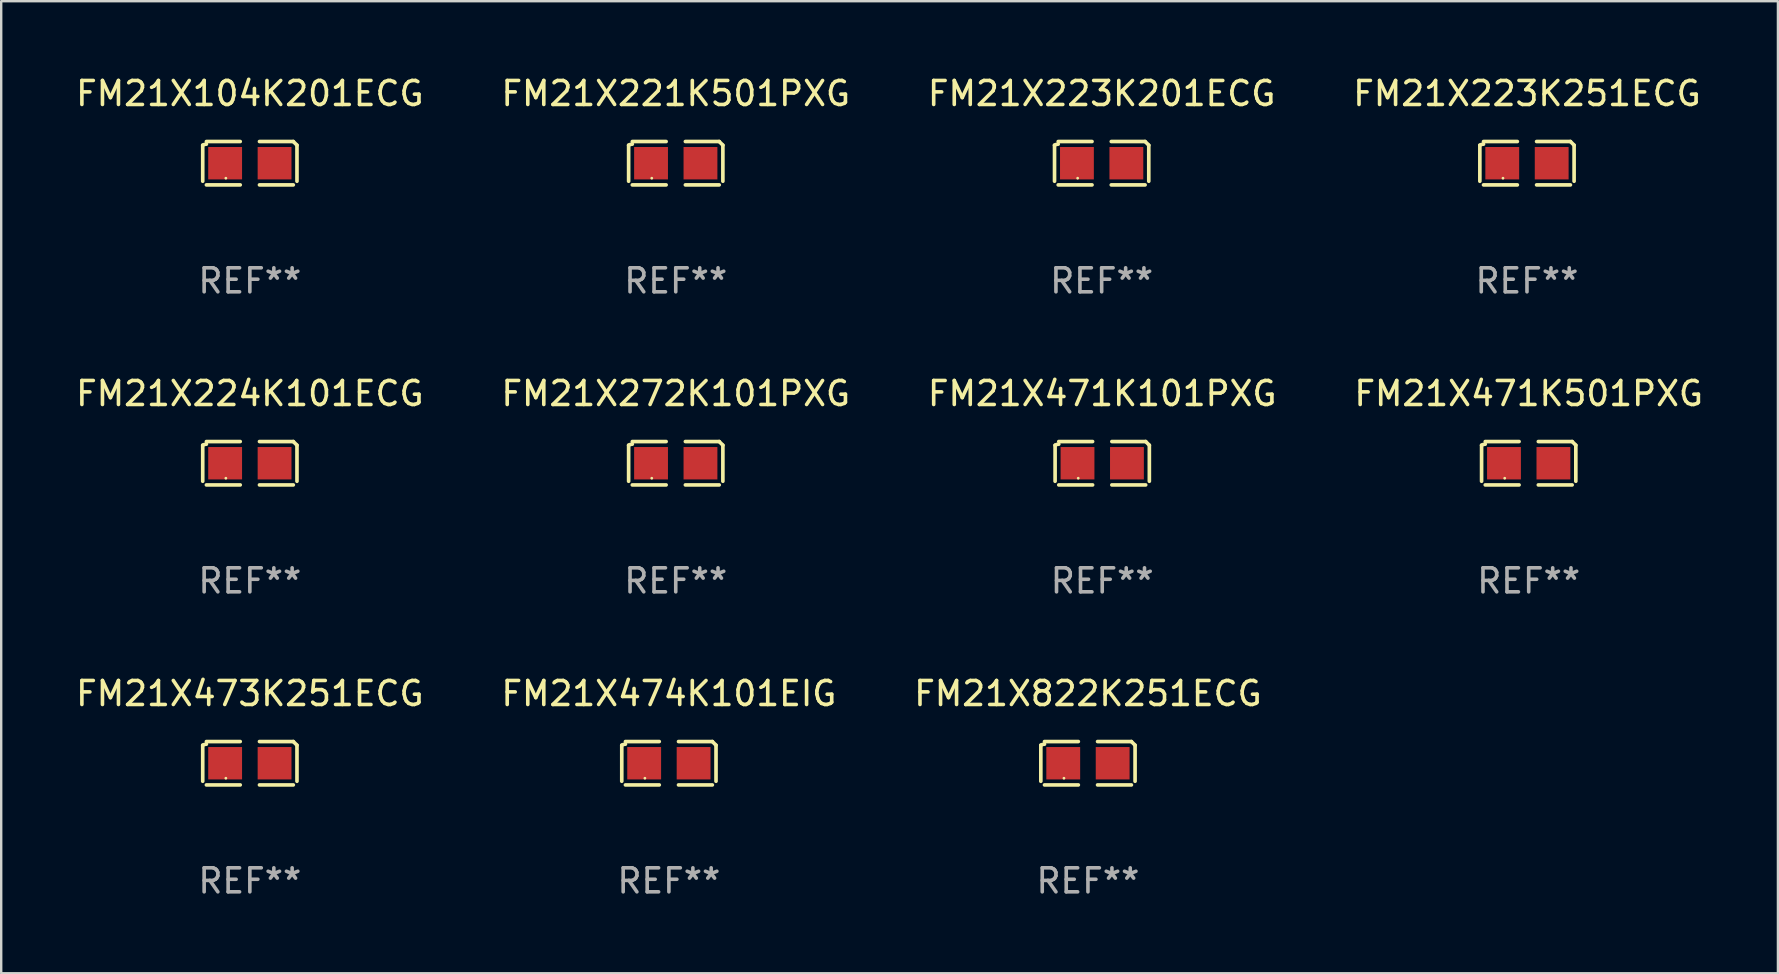
<source format=kicad_pcb>
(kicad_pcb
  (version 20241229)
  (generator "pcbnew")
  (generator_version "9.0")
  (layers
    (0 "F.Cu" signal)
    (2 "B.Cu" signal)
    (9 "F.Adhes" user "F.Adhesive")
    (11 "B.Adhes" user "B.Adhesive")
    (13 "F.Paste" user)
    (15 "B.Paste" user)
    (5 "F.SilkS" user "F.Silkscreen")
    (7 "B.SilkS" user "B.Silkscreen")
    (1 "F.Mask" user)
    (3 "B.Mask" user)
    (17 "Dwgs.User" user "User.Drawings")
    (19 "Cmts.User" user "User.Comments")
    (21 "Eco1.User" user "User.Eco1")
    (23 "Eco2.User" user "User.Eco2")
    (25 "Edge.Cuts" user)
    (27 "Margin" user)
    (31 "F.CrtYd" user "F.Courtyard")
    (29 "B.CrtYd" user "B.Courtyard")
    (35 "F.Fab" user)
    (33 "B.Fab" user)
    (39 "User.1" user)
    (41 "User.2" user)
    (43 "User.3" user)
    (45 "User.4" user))
  (footprint "FM21X272K101PXG"
    (layer "F.Cu")
    (at 25.113 16.256)
    (property "Reference" "FM21X272K101PXG" (at 0 -2.904 0) (layer "F.SilkS") (effects (font (size 1 1) (thickness 0.15))))
    (attr through_hole)
    (fp_line (start -1.964 0.751) (end -1.964 -0.751) (stroke (width 0.152) (type solid)) (layer "F.SilkS"))
    (fp_line (start -1.811 -0.904) (end -0.401 -0.904) (stroke (width 0.152) (type solid)) (layer "F.SilkS"))
    (fp_line (start -0.401 0.904) (end -1.811 0.904) (stroke (width 0.152) (type solid)) (layer "F.SilkS"))
    (fp_line (start 0.401 0.904) (end 1.811 0.904) (stroke (width 0.152) (type solid)) (layer "F.SilkS"))
    (fp_line (start 1.811 -0.904) (end 0.401 -0.904) (stroke (width 0.152) (type solid)) (layer "F.SilkS"))
    (fp_line (start 1.964 0.751) (end 1.964 -0.751) (stroke (width 0.152) (type solid)) (layer "F.SilkS"))
    (fp_arc (start -1.963602 -0.751207) (mid -1.890354 -0.783131) (end -1.811201 -0.794044) (stroke (width 0.1524) (type solid)) (layer "F.SilkS"))
    (fp_arc (start 1.811202 -0.903607) (mid 1.887413 -0.827418) (end 1.963602 -0.751207) (stroke (width 0.1524) (type solid)) (layer "F.SilkS"))
    (fp_circle (center -1 0.625) (end -0.97 0.625) (stroke (width 0.06) (type solid)) (fill no) (layer "F.SilkS"))
    (fp_text user "REF**" (at 0 4.904 0) (layer "F.Fab") (effects (font (size 1 1) (thickness 0.15))))
    (pad "1" smd rect (at -1.03 0) (size 1.41 1.35) (layers "F.Cu" "F.Mask" "F.Paste"))
    (pad "2" smd rect (at 1.03 0) (size 1.41 1.35) (layers "F.Cu" "F.Mask" "F.Paste")))
  (footprint "FM21X473K251ECG"
    (layer "F.Cu")
    (at 7.363 28.759)
    (property "Reference" "FM21X473K251ECG" (at 0 -2.904 0) (layer "F.SilkS") (effects (font (size 1 1) (thickness 0.15))))
    (attr through_hole)
    (fp_line (start -1.964 0.751) (end -1.964 -0.751) (stroke (width 0.152) (type solid)) (layer "F.SilkS"))
    (fp_line (start -1.811 -0.904) (end -0.401 -0.904) (stroke (width 0.152) (type solid)) (layer "F.SilkS"))
    (fp_line (start -0.401 0.904) (end -1.811 0.904) (stroke (width 0.152) (type solid)) (layer "F.SilkS"))
    (fp_line (start 0.401 0.904) (end 1.811 0.904) (stroke (width 0.152) (type solid)) (layer "F.SilkS"))
    (fp_line (start 1.811 -0.904) (end 0.401 -0.904) (stroke (width 0.152) (type solid)) (layer "F.SilkS"))
    (fp_line (start 1.964 0.751) (end 1.964 -0.751) (stroke (width 0.152) (type solid)) (layer "F.SilkS"))
    (fp_arc (start -1.963602 -0.751207) (mid -1.890354 -0.783131) (end -1.811201 -0.794044) (stroke (width 0.1524) (type solid)) (layer "F.SilkS"))
    (fp_arc (start 1.811202 -0.903607) (mid 1.887413 -0.827418) (end 1.963602 -0.751207) (stroke (width 0.1524) (type solid)) (layer "F.SilkS"))
    (fp_circle (center -1 0.625) (end -0.97 0.625) (stroke (width 0.06) (type solid)) (fill no) (layer "F.SilkS"))
    (fp_text user "REF**" (at 0 4.904 0) (layer "F.Fab") (effects (font (size 1 1) (thickness 0.15))))
    (pad "1" smd rect (at -1.03 0) (size 1.41 1.35) (layers "F.Cu" "F.Mask" "F.Paste"))
    (pad "2" smd rect (at 1.03 0) (size 1.41 1.35) (layers "F.Cu" "F.Mask" "F.Paste")))
  (footprint "FM21X471K101PXG"
    (layer "F.Cu")
    (at 42.887 16.256)
    (property "Reference" "FM21X471K101PXG" (at 0 -2.904 0) (layer "F.SilkS") (effects (font (size 1 1) (thickness 0.15))))
    (attr through_hole)
    (fp_line (start -1.964 0.751) (end -1.964 -0.751) (stroke (width 0.152) (type solid)) (layer "F.SilkS"))
    (fp_line (start -1.811 -0.904) (end -0.401 -0.904) (stroke (width 0.152) (type solid)) (layer "F.SilkS"))
    (fp_line (start -0.401 0.904) (end -1.811 0.904) (stroke (width 0.152) (type solid)) (layer "F.SilkS"))
    (fp_line (start 0.401 0.904) (end 1.811 0.904) (stroke (width 0.152) (type solid)) (layer "F.SilkS"))
    (fp_line (start 1.811 -0.904) (end 0.401 -0.904) (stroke (width 0.152) (type solid)) (layer "F.SilkS"))
    (fp_line (start 1.964 0.751) (end 1.964 -0.751) (stroke (width 0.152) (type solid)) (layer "F.SilkS"))
    (fp_arc (start -1.963602 -0.751207) (mid -1.890354 -0.783131) (end -1.811201 -0.794044) (stroke (width 0.1524) (type solid)) (layer "F.SilkS"))
    (fp_arc (start 1.811202 -0.903607) (mid 1.887413 -0.827418) (end 1.963602 -0.751207) (stroke (width 0.1524) (type solid)) (layer "F.SilkS"))
    (fp_circle (center -1 0.625) (end -0.97 0.625) (stroke (width 0.06) (type solid)) (fill no) (layer "F.SilkS"))
    (fp_text user "REF**" (at 0 4.904 0) (layer "F.Fab") (effects (font (size 1 1) (thickness 0.15))))
    (pad "1" smd rect (at -1.03 0) (size 1.41 1.35) (layers "F.Cu" "F.Mask" "F.Paste"))
    (pad "2" smd rect (at 1.03 0) (size 1.41 1.35) (layers "F.Cu" "F.Mask" "F.Paste")))
  (footprint "FM21X223K201ECG"
    (layer "F.Cu")
    (at 42.863 3.752)
    (property "Reference" "FM21X223K201ECG" (at 0 -2.904 0) (layer "F.SilkS") (effects (font (size 1 1) (thickness 0.15))))
    (attr through_hole)
    (fp_line (start -1.964 0.751) (end -1.964 -0.751) (stroke (width 0.152) (type solid)) (layer "F.SilkS"))
    (fp_line (start -1.811 -0.904) (end -0.401 -0.904) (stroke (width 0.152) (type solid)) (layer "F.SilkS"))
    (fp_line (start -0.401 0.904) (end -1.811 0.904) (stroke (width 0.152) (type solid)) (layer "F.SilkS"))
    (fp_line (start 0.401 0.904) (end 1.811 0.904) (stroke (width 0.152) (type solid)) (layer "F.SilkS"))
    (fp_line (start 1.811 -0.904) (end 0.401 -0.904) (stroke (width 0.152) (type solid)) (layer "F.SilkS"))
    (fp_line (start 1.964 0.751) (end 1.964 -0.751) (stroke (width 0.152) (type solid)) (layer "F.SilkS"))
    (fp_arc (start -1.963602 -0.751207) (mid -1.890354 -0.783131) (end -1.811201 -0.794044) (stroke (width 0.1524) (type solid)) (layer "F.SilkS"))
    (fp_arc (start 1.811202 -0.903607) (mid 1.887413 -0.827418) (end 1.963602 -0.751207) (stroke (width 0.1524) (type solid)) (layer "F.SilkS"))
    (fp_circle (center -1 0.625) (end -0.97 0.625) (stroke (width 0.06) (type solid)) (fill no) (layer "F.SilkS"))
    (fp_text user "REF**" (at 0 4.904 0) (layer "F.Fab") (effects (font (size 1 1) (thickness 0.15))))
    (pad "1" smd rect (at -1.03 0) (size 1.41 1.35) (layers "F.Cu" "F.Mask" "F.Paste"))
    (pad "2" smd rect (at 1.03 0) (size 1.41 1.35) (layers "F.Cu" "F.Mask" "F.Paste")))
  (footprint "FM21X471K501PXG"
    (layer "F.Cu")
    (at 60.661 16.256)
    (property "Reference" "FM21X471K501PXG" (at 0 -2.904 0) (layer "F.SilkS") (effects (font (size 1 1) (thickness 0.15))))
    (attr through_hole)
    (fp_line (start -1.964 0.751) (end -1.964 -0.751) (stroke (width 0.152) (type solid)) (layer "F.SilkS"))
    (fp_line (start -1.811 -0.904) (end -0.401 -0.904) (stroke (width 0.152) (type solid)) (layer "F.SilkS"))
    (fp_line (start -0.401 0.904) (end -1.811 0.904) (stroke (width 0.152) (type solid)) (layer "F.SilkS"))
    (fp_line (start 0.401 0.904) (end 1.811 0.904) (stroke (width 0.152) (type solid)) (layer "F.SilkS"))
    (fp_line (start 1.811 -0.904) (end 0.401 -0.904) (stroke (width 0.152) (type solid)) (layer "F.SilkS"))
    (fp_line (start 1.964 0.751) (end 1.964 -0.751) (stroke (width 0.152) (type solid)) (layer "F.SilkS"))
    (fp_arc (start -1.963602 -0.751207) (mid -1.890354 -0.783131) (end -1.811201 -0.794044) (stroke (width 0.1524) (type solid)) (layer "F.SilkS"))
    (fp_arc (start 1.811202 -0.903607) (mid 1.887413 -0.827418) (end 1.963602 -0.751207) (stroke (width 0.1524) (type solid)) (layer "F.SilkS"))
    (fp_circle (center -1 0.625) (end -0.97 0.625) (stroke (width 0.06) (type solid)) (fill no) (layer "F.SilkS"))
    (fp_text user "REF**" (at 0 4.904 0) (layer "F.Fab") (effects (font (size 1 1) (thickness 0.15))))
    (pad "1" smd rect (at -1.03 0) (size 1.41 1.35) (layers "F.Cu" "F.Mask" "F.Paste"))
    (pad "2" smd rect (at 1.03 0) (size 1.41 1.35) (layers "F.Cu" "F.Mask" "F.Paste")))
  (footprint "FM21X474K101EIG"
    (layer "F.Cu")
    (at 24.827 28.759)
    (property "Reference" "FM21X474K101EIG" (at 0 -2.904 0) (layer "F.SilkS") (effects (font (size 1 1) (thickness 0.15))))
    (attr through_hole)
    (fp_line (start -1.964 0.751) (end -1.964 -0.751) (stroke (width 0.152) (type solid)) (layer "F.SilkS"))
    (fp_line (start -1.811 -0.904) (end -0.401 -0.904) (stroke (width 0.152) (type solid)) (layer "F.SilkS"))
    (fp_line (start -0.401 0.904) (end -1.811 0.904) (stroke (width 0.152) (type solid)) (layer "F.SilkS"))
    (fp_line (start 0.401 0.904) (end 1.811 0.904) (stroke (width 0.152) (type solid)) (layer "F.SilkS"))
    (fp_line (start 1.811 -0.904) (end 0.401 -0.904) (stroke (width 0.152) (type solid)) (layer "F.SilkS"))
    (fp_line (start 1.964 0.751) (end 1.964 -0.751) (stroke (width 0.152) (type solid)) (layer "F.SilkS"))
    (fp_arc (start -1.963602 -0.751207) (mid -1.890354 -0.783131) (end -1.811201 -0.794044) (stroke (width 0.1524) (type solid)) (layer "F.SilkS"))
    (fp_arc (start 1.811202 -0.903607) (mid 1.887413 -0.827418) (end 1.963602 -0.751207) (stroke (width 0.1524) (type solid)) (layer "F.SilkS"))
    (fp_circle (center -1 0.625) (end -0.97 0.625) (stroke (width 0.06) (type solid)) (fill no) (layer "F.SilkS"))
    (fp_text user "REF**" (at 0 4.904 0) (layer "F.Fab") (effects (font (size 1 1) (thickness 0.15))))
    (pad "1" smd rect (at -1.03 0) (size 1.41 1.35) (layers "F.Cu" "F.Mask" "F.Paste"))
    (pad "2" smd rect (at 1.03 0) (size 1.41 1.35) (layers "F.Cu" "F.Mask" "F.Paste")))
  (footprint "FM21X822K251ECG"
    (layer "F.Cu")
    (at 42.292 28.759)
    (property "Reference" "FM21X822K251ECG" (at 0 -2.904 0) (layer "F.SilkS") (effects (font (size 1 1) (thickness 0.15))))
    (attr through_hole)
    (fp_line (start -1.964 0.751) (end -1.964 -0.751) (stroke (width 0.152) (type solid)) (layer "F.SilkS"))
    (fp_line (start -1.811 -0.904) (end -0.401 -0.904) (stroke (width 0.152) (type solid)) (layer "F.SilkS"))
    (fp_line (start -0.401 0.904) (end -1.811 0.904) (stroke (width 0.152) (type solid)) (layer "F.SilkS"))
    (fp_line (start 0.401 0.904) (end 1.811 0.904) (stroke (width 0.152) (type solid)) (layer "F.SilkS"))
    (fp_line (start 1.811 -0.904) (end 0.401 -0.904) (stroke (width 0.152) (type solid)) (layer "F.SilkS"))
    (fp_line (start 1.964 0.751) (end 1.964 -0.751) (stroke (width 0.152) (type solid)) (layer "F.SilkS"))
    (fp_arc (start -1.963602 -0.751207) (mid -1.890354 -0.783131) (end -1.811201 -0.794044) (stroke (width 0.1524) (type solid)) (layer "F.SilkS"))
    (fp_arc (start 1.811202 -0.903607) (mid 1.887413 -0.827418) (end 1.963602 -0.751207) (stroke (width 0.1524) (type solid)) (layer "F.SilkS"))
    (fp_circle (center -1 0.625) (end -0.97 0.625) (stroke (width 0.06) (type solid)) (fill no) (layer "F.SilkS"))
    (fp_text user "REF**" (at 0 4.904 0) (layer "F.Fab") (effects (font (size 1 1) (thickness 0.15))))
    (pad "1" smd rect (at -1.03 0) (size 1.41 1.35) (layers "F.Cu" "F.Mask" "F.Paste"))
    (pad "2" smd rect (at 1.03 0) (size 1.41 1.35) (layers "F.Cu" "F.Mask" "F.Paste")))
  (footprint "FM21X224K101ECG"
    (layer "F.Cu")
    (at 7.363 16.256)
    (property "Reference" "FM21X224K101ECG" (at 0 -2.904 0) (layer "F.SilkS") (effects (font (size 1 1) (thickness 0.15))))
    (attr through_hole)
    (fp_line (start -1.964 0.751) (end -1.964 -0.751) (stroke (width 0.152) (type solid)) (layer "F.SilkS"))
    (fp_line (start -1.811 -0.904) (end -0.401 -0.904) (stroke (width 0.152) (type solid)) (layer "F.SilkS"))
    (fp_line (start -0.401 0.904) (end -1.811 0.904) (stroke (width 0.152) (type solid)) (layer "F.SilkS"))
    (fp_line (start 0.401 0.904) (end 1.811 0.904) (stroke (width 0.152) (type solid)) (layer "F.SilkS"))
    (fp_line (start 1.811 -0.904) (end 0.401 -0.904) (stroke (width 0.152) (type solid)) (layer "F.SilkS"))
    (fp_line (start 1.964 0.751) (end 1.964 -0.751) (stroke (width 0.152) (type solid)) (layer "F.SilkS"))
    (fp_arc (start -1.963602 -0.751207) (mid -1.890354 -0.783131) (end -1.811201 -0.794044) (stroke (width 0.1524) (type solid)) (layer "F.SilkS"))
    (fp_arc (start 1.811202 -0.903607) (mid 1.887413 -0.827418) (end 1.963602 -0.751207) (stroke (width 0.1524) (type solid)) (layer "F.SilkS"))
    (fp_circle (center -1 0.625) (end -0.97 0.625) (stroke (width 0.06) (type solid)) (fill no) (layer "F.SilkS"))
    (fp_text user "REF**" (at 0 4.904 0) (layer "F.Fab") (effects (font (size 1 1) (thickness 0.15))))
    (pad "1" smd rect (at -1.03 0) (size 1.41 1.35) (layers "F.Cu" "F.Mask" "F.Paste"))
    (pad "2" smd rect (at 1.03 0) (size 1.41 1.35) (layers "F.Cu" "F.Mask" "F.Paste")))
  (footprint "FM21X104K201ECG"
    (layer "F.Cu")
    (at 7.363 3.752)
    (property "Reference" "FM21X104K201ECG" (at 0 -2.904 0) (layer "F.SilkS") (effects (font (size 1 1) (thickness 0.15))))
    (attr through_hole)
    (fp_line (start -1.964 0.751) (end -1.964 -0.751) (stroke (width 0.152) (type solid)) (layer "F.SilkS"))
    (fp_line (start -1.811 -0.904) (end -0.401 -0.904) (stroke (width 0.152) (type solid)) (layer "F.SilkS"))
    (fp_line (start -0.401 0.904) (end -1.811 0.904) (stroke (width 0.152) (type solid)) (layer "F.SilkS"))
    (fp_line (start 0.401 0.904) (end 1.811 0.904) (stroke (width 0.152) (type solid)) (layer "F.SilkS"))
    (fp_line (start 1.811 -0.904) (end 0.401 -0.904) (stroke (width 0.152) (type solid)) (layer "F.SilkS"))
    (fp_line (start 1.964 0.751) (end 1.964 -0.751) (stroke (width 0.152) (type solid)) (layer "F.SilkS"))
    (fp_arc (start -1.963602 -0.751207) (mid -1.890354 -0.783131) (end -1.811201 -0.794044) (stroke (width 0.1524) (type solid)) (layer "F.SilkS"))
    (fp_arc (start 1.811202 -0.903607) (mid 1.887413 -0.827418) (end 1.963602 -0.751207) (stroke (width 0.1524) (type solid)) (layer "F.SilkS"))
    (fp_circle (center -1 0.625) (end -0.97 0.625) (stroke (width 0.06) (type solid)) (fill no) (layer "F.SilkS"))
    (fp_text user "REF**" (at 0 4.904 0) (layer "F.Fab") (effects (font (size 1 1) (thickness 0.15))))
    (pad "1" smd rect (at -1.03 0) (size 1.41 1.35) (layers "F.Cu" "F.Mask" "F.Paste"))
    (pad "2" smd rect (at 1.03 0) (size 1.41 1.35) (layers "F.Cu" "F.Mask" "F.Paste")))
  (footprint "FM21X223K251ECG"
    (layer "F.Cu")
    (at 60.589 3.752)
    (property "Reference" "FM21X223K251ECG" (at 0 -2.904 0) (layer "F.SilkS") (effects (font (size 1 1) (thickness 0.15))))
    (attr through_hole)
    (fp_line (start -1.964 0.751) (end -1.964 -0.751) (stroke (width 0.152) (type solid)) (layer "F.SilkS"))
    (fp_line (start -1.811 -0.904) (end -0.401 -0.904) (stroke (width 0.152) (type solid)) (layer "F.SilkS"))
    (fp_line (start -0.401 0.904) (end -1.811 0.904) (stroke (width 0.152) (type solid)) (layer "F.SilkS"))
    (fp_line (start 0.401 0.904) (end 1.811 0.904) (stroke (width 0.152) (type solid)) (layer "F.SilkS"))
    (fp_line (start 1.811 -0.904) (end 0.401 -0.904) (stroke (width 0.152) (type solid)) (layer "F.SilkS"))
    (fp_line (start 1.964 0.751) (end 1.964 -0.751) (stroke (width 0.152) (type solid)) (layer "F.SilkS"))
    (fp_arc (start -1.963602 -0.751207) (mid -1.890354 -0.783131) (end -1.811201 -0.794044) (stroke (width 0.1524) (type solid)) (layer "F.SilkS"))
    (fp_arc (start 1.811202 -0.903607) (mid 1.887413 -0.827418) (end 1.963602 -0.751207) (stroke (width 0.1524) (type solid)) (layer "F.SilkS"))
    (fp_circle (center -1 0.625) (end -0.97 0.625) (stroke (width 0.06) (type solid)) (fill no) (layer "F.SilkS"))
    (fp_text user "REF**" (at 0 4.904 0) (layer "F.Fab") (effects (font (size 1 1) (thickness 0.15))))
    (pad "1" smd rect (at -1.03 0) (size 1.41 1.35) (layers "F.Cu" "F.Mask" "F.Paste"))
    (pad "2" smd rect (at 1.03 0) (size 1.41 1.35) (layers "F.Cu" "F.Mask" "F.Paste")))
  (footprint "FM21X221K501PXG"
    (layer "F.Cu")
    (at 25.113 3.752)
    (property "Reference" "FM21X221K501PXG" (at 0 -2.904 0) (layer "F.SilkS") (effects (font (size 1 1) (thickness 0.15))))
    (attr through_hole)
    (fp_line (start -1.964 0.751) (end -1.964 -0.751) (stroke (width 0.152) (type solid)) (layer "F.SilkS"))
    (fp_line (start -1.811 -0.904) (end -0.401 -0.904) (stroke (width 0.152) (type solid)) (layer "F.SilkS"))
    (fp_line (start -0.401 0.904) (end -1.811 0.904) (stroke (width 0.152) (type solid)) (layer "F.SilkS"))
    (fp_line (start 0.401 0.904) (end 1.811 0.904) (stroke (width 0.152) (type solid)) (layer "F.SilkS"))
    (fp_line (start 1.811 -0.904) (end 0.401 -0.904) (stroke (width 0.152) (type solid)) (layer "F.SilkS"))
    (fp_line (start 1.964 0.751) (end 1.964 -0.751) (stroke (width 0.152) (type solid)) (layer "F.SilkS"))
    (fp_arc (start -1.963602 -0.751207) (mid -1.890354 -0.783131) (end -1.811201 -0.794044) (stroke (width 0.1524) (type solid)) (layer "F.SilkS"))
    (fp_arc (start 1.811202 -0.903607) (mid 1.887413 -0.827418) (end 1.963602 -0.751207) (stroke (width 0.1524) (type solid)) (layer "F.SilkS"))
    (fp_circle (center -1 0.625) (end -0.97 0.625) (stroke (width 0.06) (type solid)) (fill no) (layer "F.SilkS"))
    (fp_text user "REF**" (at 0 4.904 0) (layer "F.Fab") (effects (font (size 1 1) (thickness 0.15))))
    (pad "1" smd rect (at -1.03 0) (size 1.41 1.35) (layers "F.Cu" "F.Mask" "F.Paste"))
    (pad "2" smd rect (at 1.03 0) (size 1.41 1.35) (layers "F.Cu" "F.Mask" "F.Paste")))
  (gr_rect
    (start -3 -3)
    (end 71.048 37.511)
    (stroke (width 0.1) (type default))
    (fill no)
    (layer "Edge.Cuts")))
</source>
